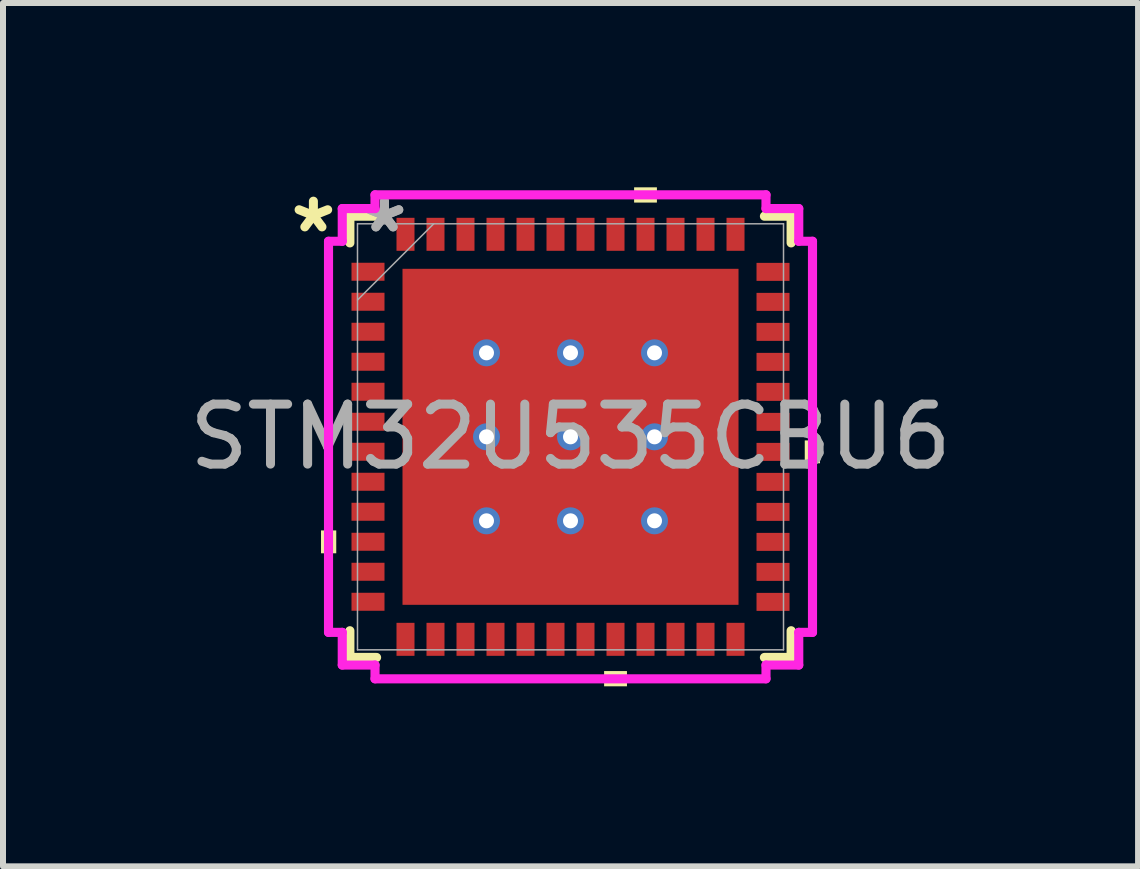
<source format=kicad_pcb>
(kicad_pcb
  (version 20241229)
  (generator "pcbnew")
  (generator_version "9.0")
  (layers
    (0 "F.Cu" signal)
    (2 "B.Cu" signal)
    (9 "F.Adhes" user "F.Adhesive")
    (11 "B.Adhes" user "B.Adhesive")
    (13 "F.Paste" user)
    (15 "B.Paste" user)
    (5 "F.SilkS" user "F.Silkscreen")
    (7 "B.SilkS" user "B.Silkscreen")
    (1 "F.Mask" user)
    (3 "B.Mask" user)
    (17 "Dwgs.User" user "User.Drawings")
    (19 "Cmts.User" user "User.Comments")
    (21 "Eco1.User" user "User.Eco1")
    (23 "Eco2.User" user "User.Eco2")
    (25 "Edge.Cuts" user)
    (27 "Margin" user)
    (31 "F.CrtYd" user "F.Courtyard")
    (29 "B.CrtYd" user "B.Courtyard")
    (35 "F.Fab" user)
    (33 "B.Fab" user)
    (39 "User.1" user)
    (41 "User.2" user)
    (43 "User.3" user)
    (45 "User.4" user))
  (footprint "STM32U535CBU6"
    (layer "F.Cu")
    (at 6.458 4.23)
    (property "Reference" "STM32U535CBU6" (at 0 0 0) (unlocked yes) (layer "User.2") (effects (font (size 1 1) (thickness 0.15))))
    (attr smd)
    (fp_line (start -3.677 -3.677) (end -3.677 -3.232) (stroke (width 0.152) (type solid)) (layer "F.SilkS"))
    (fp_line (start -3.677 3.232) (end -3.677 3.677) (stroke (width 0.152) (type solid)) (layer "F.SilkS"))
    (fp_line (start -3.677 3.677) (end -3.232 3.677) (stroke (width 0.152) (type solid)) (layer "F.SilkS"))
    (fp_line (start -3.232 -3.677) (end -3.677 -3.677) (stroke (width 0.152) (type solid)) (layer "F.SilkS"))
    (fp_line (start 3.232 3.677) (end 3.677 3.677) (stroke (width 0.152) (type solid)) (layer "F.SilkS"))
    (fp_line (start 3.677 -3.677) (end 3.232 -3.677) (stroke (width 0.152) (type solid)) (layer "F.SilkS"))
    (fp_line (start 3.677 -3.232) (end 3.677 -3.677) (stroke (width 0.152) (type solid)) (layer "F.SilkS"))
    (fp_line (start 3.677 3.677) (end 3.677 3.232) (stroke (width 0.152) (type solid)) (layer "F.SilkS"))
    (fp_poly (pts (xy -4.158 1.56) (xy -4.158 1.941) (xy -3.904 1.941) (xy -3.904 1.56)) (stroke (width 0) (type solid)) (fill yes) (layer "F.SilkS"))
    (fp_poly (pts (xy 0.56 3.904) (xy 0.56 4.158) (xy 0.941 4.158) (xy 0.941 3.904)) (stroke (width 0) (type solid)) (fill yes) (layer "F.SilkS"))
    (fp_poly (pts (xy 1.06 -3.904) (xy 1.06 -4.158) (xy 1.44 -4.158) (xy 1.44 -3.904)) (stroke (width 0) (type solid)) (fill yes) (layer "F.SilkS"))
    (fp_poly (pts (xy 4.158 0.06) (xy 4.158 0.441) (xy 3.904 0.441) (xy 3.904 0.06)) (stroke (width 0) (type solid)) (fill yes) (layer "F.SilkS"))
    (fp_poly (pts (xy -2.7 -2.7) (xy -2.7 -1.5) (xy -1.5 -1.5) (xy -1.5 -2.7)) (stroke (width 0) (type solid)) (fill yes) (layer "F.Paste"))
    (fp_poly (pts (xy -2.7 -1.3) (xy -2.7 -0.1) (xy -1.5 -0.1) (xy -1.5 -1.3)) (stroke (width 0) (type solid)) (fill yes) (layer "F.Paste"))
    (fp_poly (pts (xy -2.7 0.1) (xy -2.7 1.3) (xy -1.5 1.3) (xy -1.5 0.1)) (stroke (width 0) (type solid)) (fill yes) (layer "F.Paste"))
    (fp_poly (pts (xy -2.7 1.5) (xy -2.7 2.7) (xy -1.5 2.7) (xy -1.5 1.5)) (stroke (width 0) (type solid)) (fill yes) (layer "F.Paste"))
    (fp_poly (pts (xy -1.3 -2.7) (xy -1.3 -1.5) (xy -0.1 -1.5) (xy -0.1 -2.7)) (stroke (width 0) (type solid)) (fill yes) (layer "F.Paste"))
    (fp_poly (pts (xy -1.3 -1.3) (xy -1.3 -0.1) (xy -0.1 -0.1) (xy -0.1 -1.3)) (stroke (width 0) (type solid)) (fill yes) (layer "F.Paste"))
    (fp_poly (pts (xy -1.3 0.1) (xy -1.3 1.3) (xy -0.1 1.3) (xy -0.1 0.1)) (stroke (width 0) (type solid)) (fill yes) (layer "F.Paste"))
    (fp_poly (pts (xy -1.3 1.5) (xy -1.3 2.7) (xy -0.1 2.7) (xy -0.1 1.5)) (stroke (width 0) (type solid)) (fill yes) (layer "F.Paste"))
    (fp_poly (pts (xy 0.1 -2.7) (xy 0.1 -1.5) (xy 1.3 -1.5) (xy 1.3 -2.7)) (stroke (width 0) (type solid)) (fill yes) (layer "F.Paste"))
    (fp_poly (pts (xy 0.1 -1.3) (xy 0.1 -0.1) (xy 1.3 -0.1) (xy 1.3 -1.3)) (stroke (width 0) (type solid)) (fill yes) (layer "F.Paste"))
    (fp_poly (pts (xy 0.1 0.1) (xy 0.1 1.3) (xy 1.3 1.3) (xy 1.3 0.1)) (stroke (width 0) (type solid)) (fill yes) (layer "F.Paste"))
    (fp_poly (pts (xy 0.1 1.5) (xy 0.1 2.7) (xy 1.3 2.7) (xy 1.3 1.5)) (stroke (width 0) (type solid)) (fill yes) (layer "F.Paste"))
    (fp_poly (pts (xy 1.5 -2.7) (xy 1.5 -1.5) (xy 2.7 -1.5) (xy 2.7 -2.7)) (stroke (width 0) (type solid)) (fill yes) (layer "F.Paste"))
    (fp_poly (pts (xy 1.5 -1.3) (xy 1.5 -0.1) (xy 2.7 -0.1) (xy 2.7 -1.3)) (stroke (width 0) (type solid)) (fill yes) (layer "F.Paste"))
    (fp_poly (pts (xy 1.5 0.1) (xy 1.5 1.3) (xy 2.7 1.3) (xy 2.7 0.1)) (stroke (width 0) (type solid)) (fill yes) (layer "F.Paste"))
    (fp_poly (pts (xy 1.5 1.5) (xy 1.5 2.7) (xy 2.7 2.7) (xy 2.7 1.5)) (stroke (width 0) (type solid)) (fill yes) (layer "F.Paste"))
    (fp_line (start -4.033 -3.259) (end -3.804 -3.259) (stroke (width 0.152) (type solid)) (layer "F.CrtYd"))
    (fp_line (start -4.033 3.259) (end -4.033 -3.259) (stroke (width 0.152) (type solid)) (layer "F.CrtYd"))
    (fp_line (start -3.804 -3.804) (end -3.258 -3.804) (stroke (width 0.152) (type solid)) (layer "F.CrtYd"))
    (fp_line (start -3.804 -3.259) (end -3.804 -3.804) (stroke (width 0.152) (type solid)) (layer "F.CrtYd"))
    (fp_line (start -3.804 3.259) (end -4.033 3.259) (stroke (width 0.152) (type solid)) (layer "F.CrtYd"))
    (fp_line (start -3.804 3.804) (end -3.804 3.259) (stroke (width 0.152) (type solid)) (layer "F.CrtYd"))
    (fp_line (start -3.258 -4.033) (end 3.258 -4.033) (stroke (width 0.152) (type solid)) (layer "F.CrtYd"))
    (fp_line (start -3.258 -3.804) (end -3.258 -4.033) (stroke (width 0.152) (type solid)) (layer "F.CrtYd"))
    (fp_line (start -3.258 3.804) (end -3.804 3.804) (stroke (width 0.152) (type solid)) (layer "F.CrtYd"))
    (fp_line (start -3.258 4.033) (end -3.258 3.804) (stroke (width 0.152) (type solid)) (layer "F.CrtYd"))
    (fp_line (start 3.258 -4.033) (end 3.258 -3.804) (stroke (width 0.152) (type solid)) (layer "F.CrtYd"))
    (fp_line (start 3.258 -3.804) (end 3.804 -3.804) (stroke (width 0.152) (type solid)) (layer "F.CrtYd"))
    (fp_line (start 3.258 3.804) (end 3.258 4.033) (stroke (width 0.152) (type solid)) (layer "F.CrtYd"))
    (fp_line (start 3.258 4.033) (end -3.258 4.033) (stroke (width 0.152) (type solid)) (layer "F.CrtYd"))
    (fp_line (start 3.804 -3.804) (end 3.804 -3.259) (stroke (width 0.152) (type solid)) (layer "F.CrtYd"))
    (fp_line (start 3.804 -3.259) (end 4.033 -3.259) (stroke (width 0.152) (type solid)) (layer "F.CrtYd"))
    (fp_line (start 3.804 3.259) (end 3.804 3.804) (stroke (width 0.152) (type solid)) (layer "F.CrtYd"))
    (fp_line (start 3.804 3.804) (end 3.258 3.804) (stroke (width 0.152) (type solid)) (layer "F.CrtYd"))
    (fp_line (start 4.033 -3.259) (end 4.033 3.259) (stroke (width 0.152) (type solid)) (layer "F.CrtYd"))
    (fp_line (start 4.033 3.259) (end 3.804 3.259) (stroke (width 0.152) (type solid)) (layer "F.CrtYd"))
    (fp_line (start -3.55 -3.55) (end -3.55 3.55) (stroke (width 0.025) (type solid)) (layer "F.Fab"))
    (fp_line (start -3.55 -2.28) (end -2.28 -3.55) (stroke (width 0.025) (type solid)) (layer "F.Fab"))
    (fp_line (start -3.55 3.55) (end 3.55 3.55) (stroke (width 0.025) (type solid)) (layer "F.Fab"))
    (fp_line (start 3.55 -3.55) (end -3.55 -3.55) (stroke (width 0.025) (type solid)) (layer "F.Fab"))
    (fp_line (start 3.55 3.55) (end 3.55 -3.55) (stroke (width 0.025) (type solid)) (layer "F.Fab"))
    (fp_text user "*" (at -4.285 -3.382 0) (unlocked yes) (layer "F.SilkS") (effects (font (size 1 1) (thickness 0.15))))
    (fp_text user "*" (at -3.1 -3.382 0) (layer "F.Fab") (effects (font (size 1 1) (thickness 0.15))))
    (fp_text user "*" (at -3.1 -3.382 0) (unlocked yes) (layer "F.Fab") (effects (font (size 1 1) (thickness 0.15))))
    (fp_text user "${REFERENCE}" (at 0 0 0) (unlocked yes) (layer "F.Fab") (effects (font (size 1 1) (thickness 0.15))))
    (pad "1" smd rect (at -3.375 -2.751 90) (size 0.3 0.55) (layers "F.Cu" "F.Mask" "F.Paste"))
    (pad "2" smd rect (at -3.375 -2.251 90) (size 0.3 0.55) (layers "F.Cu" "F.Mask" "F.Paste"))
    (pad "3" smd rect (at -3.375 -1.751 90) (size 0.3 0.55) (layers "F.Cu" "F.Mask" "F.Paste"))
    (pad "4" smd rect (at -3.375 -1.251 90) (size 0.3 0.55) (layers "F.Cu" "F.Mask" "F.Paste"))
    (pad "5" smd rect (at -3.375 -0.751 90) (size 0.3 0.55) (layers "F.Cu" "F.Mask" "F.Paste"))
    (pad "6" smd rect (at -3.375 -0.251 90) (size 0.3 0.55) (layers "F.Cu" "F.Mask" "F.Paste"))
    (pad "7" smd rect (at -3.375 0.249 90) (size 0.3 0.55) (layers "F.Cu" "F.Mask" "F.Paste"))
    (pad "8" smd rect (at -3.375 0.749 90) (size 0.3 0.55) (layers "F.Cu" "F.Mask" "F.Paste"))
    (pad "9" smd rect (at -3.375 1.249 90) (size 0.3 0.55) (layers "F.Cu" "F.Mask" "F.Paste"))
    (pad "10" smd rect (at -3.375 1.749 90) (size 0.3 0.55) (layers "F.Cu" "F.Mask" "F.Paste"))
    (pad "11" smd rect (at -3.375 2.249 90) (size 0.3 0.55) (layers "F.Cu" "F.Mask" "F.Paste"))
    (pad "12" smd rect (at -3.375 2.749 90) (size 0.3 0.55) (layers "F.Cu" "F.Mask" "F.Paste"))
    (pad "13" smd rect (at -2.75 3.375) (size 0.3 0.55) (layers "F.Cu" "F.Mask" "F.Paste"))
    (pad "14" smd rect (at -2.25 3.375) (size 0.3 0.55) (layers "F.Cu" "F.Mask" "F.Paste"))
    (pad "15" smd rect (at -1.75 3.375) (size 0.3 0.55) (layers "F.Cu" "F.Mask" "F.Paste"))
    (pad "16" smd rect (at -1.25 3.375) (size 0.3 0.55) (layers "F.Cu" "F.Mask" "F.Paste"))
    (pad "17" smd rect (at -0.75 3.375) (size 0.3 0.55) (layers "F.Cu" "F.Mask" "F.Paste"))
    (pad "18" smd rect (at -0.25 3.375) (size 0.3 0.55) (layers "F.Cu" "F.Mask" "F.Paste"))
    (pad "19" smd rect (at 0.25 3.375) (size 0.3 0.55) (layers "F.Cu" "F.Mask" "F.Paste"))
    (pad "20" smd rect (at 0.75 3.375) (size 0.3 0.55) (layers "F.Cu" "F.Mask" "F.Paste"))
    (pad "21" smd rect (at 1.25 3.375) (size 0.3 0.55) (layers "F.Cu" "F.Mask" "F.Paste"))
    (pad "22" smd rect (at 1.75 3.375) (size 0.3 0.55) (layers "F.Cu" "F.Mask" "F.Paste"))
    (pad "23" smd rect (at 2.25 3.375) (size 0.3 0.55) (layers "F.Cu" "F.Mask" "F.Paste"))
    (pad "24" smd rect (at 2.75 3.375) (size 0.3 0.55) (layers "F.Cu" "F.Mask" "F.Paste"))
    (pad "25" smd rect (at 3.375 2.751 90) (size 0.3 0.55) (layers "F.Cu" "F.Mask" "F.Paste"))
    (pad "26" smd rect (at 3.375 2.251 90) (size 0.3 0.55) (layers "F.Cu" "F.Mask" "F.Paste"))
    (pad "27" smd rect (at 3.375 1.751 90) (size 0.3 0.55) (layers "F.Cu" "F.Mask" "F.Paste"))
    (pad "28" smd rect (at 3.375 1.251 90) (size 0.3 0.55) (layers "F.Cu" "F.Mask" "F.Paste"))
    (pad "29" smd rect (at 3.375 0.751 90) (size 0.3 0.55) (layers "F.Cu" "F.Mask" "F.Paste"))
    (pad "30" smd rect (at 3.375 0.251 90) (size 0.3 0.55) (layers "F.Cu" "F.Mask" "F.Paste"))
    (pad "31" smd rect (at 3.375 -0.249 90) (size 0.3 0.55) (layers "F.Cu" "F.Mask" "F.Paste"))
    (pad "32" smd rect (at 3.375 -0.749 90) (size 0.3 0.55) (layers "F.Cu" "F.Mask" "F.Paste"))
    (pad "33" smd rect (at 3.375 -1.249 90) (size 0.3 0.55) (layers "F.Cu" "F.Mask" "F.Paste"))
    (pad "34" smd rect (at 3.375 -1.749 90) (size 0.3 0.55) (layers "F.Cu" "F.Mask" "F.Paste"))
    (pad "35" smd rect (at 3.375 -2.249 90) (size 0.3 0.55) (layers "F.Cu" "F.Mask" "F.Paste"))
    (pad "36" smd rect (at 3.375 -2.749 90) (size 0.3 0.55) (layers "F.Cu" "F.Mask" "F.Paste"))
    (pad "37" smd rect (at 2.75 -3.375) (size 0.3 0.55) (layers "F.Cu" "F.Mask" "F.Paste"))
    (pad "38" smd rect (at 2.25 -3.375) (size 0.3 0.55) (layers "F.Cu" "F.Mask" "F.Paste"))
    (pad "39" smd rect (at 1.75 -3.375) (size 0.3 0.55) (layers "F.Cu" "F.Mask" "F.Paste"))
    (pad "40" smd rect (at 1.25 -3.375) (size 0.3 0.55) (layers "F.Cu" "F.Mask" "F.Paste"))
    (pad "41" smd rect (at 0.75 -3.375) (size 0.3 0.55) (layers "F.Cu" "F.Mask" "F.Paste"))
    (pad "42" smd rect (at 0.25 -3.375) (size 0.3 0.55) (layers "F.Cu" "F.Mask" "F.Paste"))
    (pad "43" smd rect (at -0.25 -3.375) (size 0.3 0.55) (layers "F.Cu" "F.Mask" "F.Paste"))
    (pad "44" smd rect (at -0.75 -3.375) (size 0.3 0.55) (layers "F.Cu" "F.Mask" "F.Paste"))
    (pad "45" smd rect (at -1.25 -3.375) (size 0.3 0.55) (layers "F.Cu" "F.Mask" "F.Paste"))
    (pad "46" smd rect (at -1.75 -3.375) (size 0.3 0.55) (layers "F.Cu" "F.Mask" "F.Paste"))
    (pad "47" smd rect (at -2.25 -3.375) (size 0.3 0.55) (layers "F.Cu" "F.Mask" "F.Paste"))
    (pad "48" smd rect (at -2.75 -3.375) (size 0.3 0.55) (layers "F.Cu" "F.Mask" "F.Paste"))
    (pad "49" thru_hole circle (at -1.4 -1.4) (size 0.45 0.45) (drill 0.25) (layers "*.Cu" "*.Mask"))
    (pad "49" thru_hole circle (at -1.4 0) (size 0.45 0.45) (drill 0.25) (layers "*.Cu" "*.Mask"))
    (pad "49" thru_hole circle (at -1.4 1.4) (size 0.45 0.45) (drill 0.25) (layers "*.Cu" "*.Mask"))
    (pad "49" thru_hole circle (at 0 -1.4) (size 0.45 0.45) (drill 0.25) (layers "*.Cu" "*.Mask"))
    (pad "49" thru_hole circle (at 0 0) (size 0.45 0.45) (drill 0.25) (layers "*.Cu" "*.Mask"))
    (pad "49" smd rect (at 0 0) (size 5.6 5.6) (layers "F.Cu" "F.Mask"))
    (pad "49" thru_hole circle (at 0 1.4) (size 0.45 0.45) (drill 0.25) (layers "*.Cu" "*.Mask"))
    (pad "49" thru_hole circle (at 1.4 -1.4) (size 0.45 0.45) (drill 0.25) (layers "*.Cu" "*.Mask"))
    (pad "49" thru_hole circle (at 1.4 0) (size 0.45 0.45) (drill 0.25) (layers "*.Cu" "*.Mask"))
    (pad "49" thru_hole circle (at 1.4 1.4) (size 0.45 0.45) (drill 0.25) (layers "*.Cu" "*.Mask")))
  (gr_rect
    (start -3 -3)
    (end 15.917 11.388)
    (stroke (width 0.1) (type default))
    (fill no)
    (layer "Edge.Cuts")))
</source>
